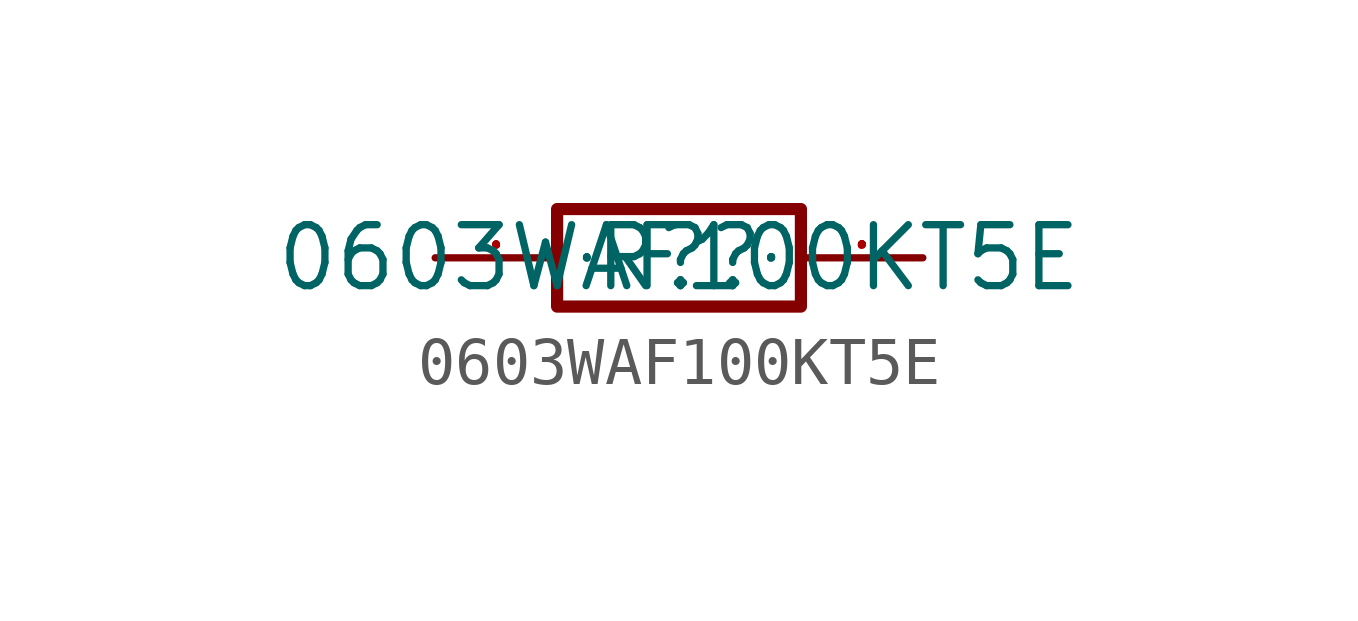
<source format=kicad_sym>
(kicad_symbol_lib
  (version 20241209)
  (generator "kicad_symbol_editor")
  (generator_version "9.0")
  (symbol "0603WAF100KT5E"
    (property "Reference" "R?"
      (at 0 0 0)
      (effects (font (size 1.27 1.27))))
    (property "Value" "0603WAF100KT5E"
      (at 0 0 0)
      (effects (font (size 1.27 1.27))))
    (symbol "0603WAF100KT5E_0_0"
      (rectangle (start -2.54 1.016) (end 2.54 -1.016) (stroke (width 0.254) (type solid)) (fill (type none)))
      (pin input line (at -5.08 0 0) (length 2.54) (name "1" (effects (font (size 0.025 0.025)))) (number "1" (effects (font (size 0.025 0.025)))))
      (pin input line (at 5.08 0 180) (length 2.54) (name "2" (effects (font (size 0.025 0.025)))) (number "2" (effects (font (size 0.025 0.025))))))))
</source>
